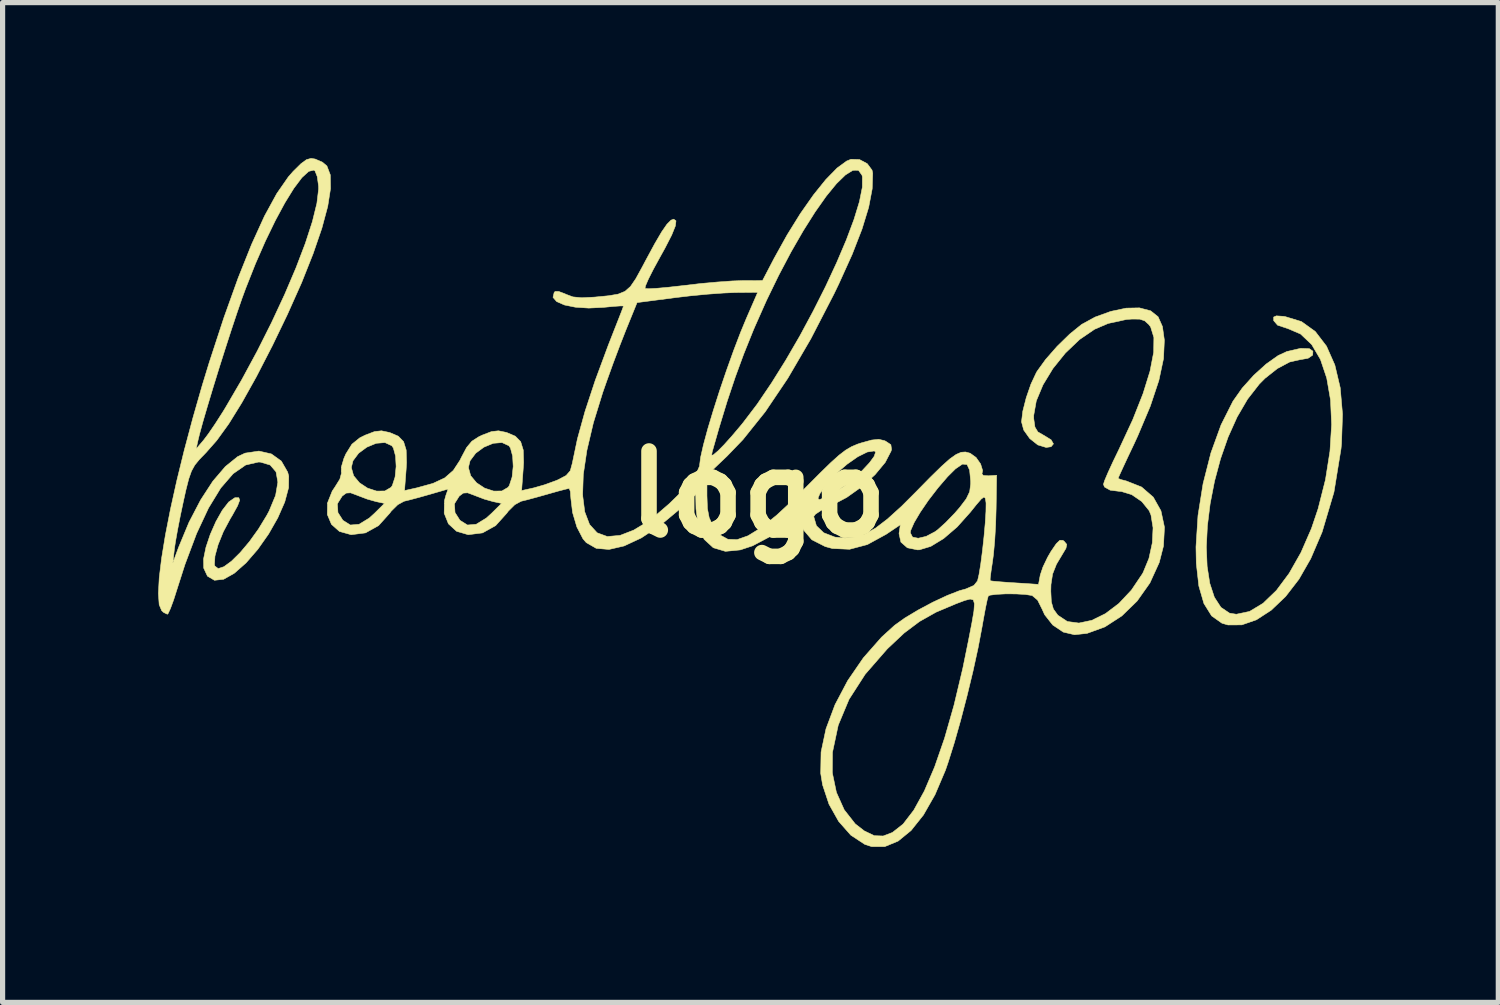
<source format=kicad_pcb>
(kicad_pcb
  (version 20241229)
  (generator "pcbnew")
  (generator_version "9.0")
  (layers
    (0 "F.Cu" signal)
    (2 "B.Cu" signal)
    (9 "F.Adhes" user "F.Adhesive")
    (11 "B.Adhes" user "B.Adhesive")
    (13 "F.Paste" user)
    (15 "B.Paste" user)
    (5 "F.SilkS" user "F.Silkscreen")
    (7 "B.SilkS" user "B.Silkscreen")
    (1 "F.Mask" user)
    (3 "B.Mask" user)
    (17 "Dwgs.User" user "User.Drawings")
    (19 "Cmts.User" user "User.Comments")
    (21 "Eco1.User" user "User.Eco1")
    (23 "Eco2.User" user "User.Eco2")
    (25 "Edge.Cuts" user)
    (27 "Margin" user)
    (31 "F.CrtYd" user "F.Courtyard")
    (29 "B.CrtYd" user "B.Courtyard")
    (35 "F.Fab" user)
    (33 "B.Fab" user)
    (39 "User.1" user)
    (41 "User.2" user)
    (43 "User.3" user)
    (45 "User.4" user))
  (footprint "logo"
    (layer "F.Cu")
    (at 11.572 6.483)
    (property "Reference" "logo" (at 0 0 0) (layer "F.SilkS") (effects (font (size 1.524 1.524) (thickness 0.3))))
    (attr through_hole)
    (fp_poly (pts (xy 10.127 -3.432) (xy 10.164 -3.427) (xy 10.479 -3.331) (xy 10.746 -3.139) (xy 10.962 -2.857) (xy 11.123 -2.493) (xy 11.227 -2.054) (xy 11.271 -1.546) (xy 11.252 -0.977) (xy 11.242 -0.875) (xy 11.106 -0.041) (xy 10.877 0.73) (xy 10.658 1.242) (xy 10.431 1.638) (xy 10.173 1.972) (xy 9.896 2.236) (xy 9.611 2.421) (xy 9.329 2.519) (xy 9.063 2.521) (xy 8.946 2.487) (xy 8.747 2.346) (xy 8.598 2.107) (xy 8.5 1.769) (xy 8.451 1.331) (xy 8.445 1.016) (xy 8.484 0.409) (xy 8.582 -0.205) (xy 8.733 -0.798) (xy 8.929 -1.339) (xy 9.158 -1.794) (xy 9.337 -2.048) (xy 9.559 -2.295) (xy 9.799 -2.512) (xy 10.029 -2.675) (xy 10.199 -2.754) (xy 10.462 -2.814) (xy 10.632 -2.808) (xy 10.7 -2.759) (xy 10.696 -2.684) (xy 10.607 -2.623) (xy 10.46 -2.597) (xy 10.454 -2.597) (xy 10.251 -2.551) (xy 10.015 -2.425) (xy 9.776 -2.236) (xy 9.667 -2.126) (xy 9.44 -1.835) (xy 9.238 -1.489) (xy 9.064 -1.102) (xy 8.919 -0.686) (xy 8.803 -0.254) (xy 8.718 0.183) (xy 8.665 0.611) (xy 8.645 1.018) (xy 8.66 1.39) (xy 8.711 1.717) (xy 8.799 1.985) (xy 8.926 2.181) (xy 9.092 2.293) (xy 9.223 2.314) (xy 9.478 2.26) (xy 9.738 2.103) (xy 9.996 1.855) (xy 10.242 1.525) (xy 10.47 1.123) (xy 10.672 0.66) (xy 10.8 0.281) (xy 10.943 -0.284) (xy 11.029 -0.829) (xy 11.061 -1.344) (xy 11.04 -1.818) (xy 10.967 -2.24) (xy 10.846 -2.6) (xy 10.677 -2.887) (xy 10.462 -3.091) (xy 10.204 -3.201) (xy 10.194 -3.203) (xy 10.019 -3.261) (xy 9.945 -3.347) (xy 9.943 -3.354) (xy 9.943 -3.418) (xy 9.996 -3.441) (xy 10.127 -3.432)) (stroke (width 0.01) (type solid)) (fill yes) (layer "F.SilkS"))
    (fp_poly (pts (xy -8.544 -6.466) (xy -8.402 -6.404) (xy -8.317 -6.332) (xy -8.251 -6.159) (xy -8.247 -5.897) (xy -8.301 -5.553) (xy -8.414 -5.132) (xy -8.583 -4.64) (xy -8.805 -4.081) (xy -9.081 -3.463) (xy -9.369 -2.866) (xy -9.678 -2.266) (xy -9.957 -1.767) (xy -10.209 -1.36) (xy -10.441 -1.039) (xy -10.647 -0.805) (xy -10.775 -0.673) (xy -10.865 -0.563) (xy -10.929 -0.447) (xy -10.982 -0.296) (xy -11.036 -0.084) (xy -11.083 0.127) (xy -11.144 0.414) (xy -11.198 0.691) (xy -11.239 0.923) (xy -11.257 1.044) (xy -11.289 1.326) (xy -11.179 1.027) (xy -10.977 0.541) (xy -10.753 0.111) (xy -10.517 -0.252) (xy -10.276 -0.534) (xy -10.04 -0.725) (xy -9.896 -0.793) (xy -9.628 -0.833) (xy -9.388 -0.778) (xy -9.196 -0.64) (xy -9.074 -0.428) (xy -9.053 -0.351) (xy -9.056 -0.127) (xy -9.13 0.149) (xy -9.264 0.454) (xy -9.441 0.765) (xy -9.65 1.062) (xy -9.875 1.322) (xy -10.104 1.524) (xy -10.308 1.639) (xy -10.485 1.659) (xy -10.621 1.579) (xy -10.693 1.424) (xy -10.696 1.248) (xy -10.65 1.023) (xy -10.567 0.775) (xy -10.458 0.528) (xy -10.336 0.311) (xy -10.211 0.149) (xy -10.097 0.069) (xy -10.087 0.067) (xy -10.016 0.067) (xy -9.999 0.115) (xy -10.04 0.223) (xy -10.142 0.407) (xy -10.18 0.47) (xy -10.315 0.723) (xy -10.416 0.973) (xy -10.476 1.192) (xy -10.486 1.353) (xy -10.478 1.384) (xy -10.414 1.433) (xy -10.303 1.397) (xy -10.158 1.291) (xy -9.99 1.125) (xy -9.812 0.914) (xy -9.636 0.669) (xy -9.474 0.403) (xy -9.43 0.32) (xy -9.306 0.02) (xy -9.263 -0.234) (xy -9.298 -0.432) (xy -9.411 -0.564) (xy -9.599 -0.62) (xy -9.639 -0.621) (xy -9.883 -0.565) (xy -10.125 -0.397) (xy -10.365 -0.12) (xy -10.6 0.265) (xy -10.83 0.756) (xy -11.054 1.352) (xy -11.204 1.82) (xy -11.273 2.037) (xy -11.335 2.205) (xy -11.38 2.301) (xy -11.394 2.314) (xy -11.466 2.279) (xy -11.503 2.246) (xy -11.552 2.129) (xy -11.567 1.914) (xy -11.551 1.612) (xy -11.505 1.233) (xy -11.432 0.787) (xy -11.333 0.283) (xy -11.211 -0.267) (xy -11.067 -0.854) (xy -11.061 -0.875) (xy -10.839 -0.875) (xy -10.695 -1.044) (xy -10.6 -1.17) (xy -10.471 -1.359) (xy -10.33 -1.579) (xy -10.277 -1.665) (xy -9.96 -2.208) (xy -9.66 -2.763) (xy -9.382 -3.317) (xy -9.131 -3.856) (xy -8.913 -4.368) (xy -8.733 -4.84) (xy -8.597 -5.259) (xy -8.51 -5.612) (xy -8.477 -5.887) (xy -8.478 -5.945) (xy -8.503 -6.127) (xy -8.546 -6.235) (xy -8.568 -6.252) (xy -8.668 -6.228) (xy -8.799 -6.108) (xy -8.954 -5.902) (xy -9.127 -5.622) (xy -9.312 -5.279) (xy -9.504 -4.883) (xy -9.696 -4.445) (xy -9.882 -3.975) (xy -9.953 -3.782) (xy -10.047 -3.511) (xy -10.157 -3.181) (xy -10.276 -2.813) (xy -10.398 -2.429) (xy -10.515 -2.05) (xy -10.621 -1.698) (xy -10.71 -1.394) (xy -10.774 -1.159) (xy -10.802 -1.044) (xy -10.839 -0.875) (xy -11.061 -0.875) (xy -10.903 -1.468) (xy -10.722 -2.099) (xy -10.587 -2.54) (xy -10.303 -3.408) (xy -10.03 -4.168) (xy -9.769 -4.821) (xy -9.521 -5.365) (xy -9.284 -5.799) (xy -9.06 -6.122) (xy -8.968 -6.227) (xy -8.817 -6.376) (xy -8.711 -6.454) (xy -8.623 -6.478) (xy -8.544 -6.466)) (stroke (width 0.01) (type solid)) (fill yes) (layer "F.SilkS"))
    (fp_poly (pts (xy 1.955 -6.456) (xy 2.104 -6.377) (xy 2.197 -6.252) (xy 2.21 -6.193) (xy 2.2 -5.891) (xy 2.132 -5.534) (xy 2.004 -5.116) (xy 1.814 -4.627) (xy 1.557 -4.059) (xy 1.464 -3.866) (xy 1.015 -2.996) (xy 0.573 -2.238) (xy 0.137 -1.591) (xy -0.293 -1.054) (xy -0.602 -0.733) (xy -0.987 -0.367) (xy -0.987 0.028) (xy -0.978 0.275) (xy -0.944 0.452) (xy -0.876 0.602) (xy -0.86 0.629) (xy -0.732 0.786) (xy -0.583 0.868) (xy -0.406 0.875) (xy -0.196 0.801) (xy 0.056 0.646) (xy 0.356 0.405) (xy 0.709 0.078) (xy 1.154 0.078) (xy 1.177 0.104) (xy 1.269 0.072) (xy 1.442 -0.019) (xy 1.496 -0.05) (xy 1.67 -0.165) (xy 1.848 -0.308) (xy 2.012 -0.462) (xy 2.148 -0.608) (xy 2.238 -0.731) (xy 2.266 -0.813) (xy 2.242 -0.836) (xy 2.105 -0.815) (xy 1.922 -0.724) (xy 1.716 -0.58) (xy 1.511 -0.403) (xy 1.33 -0.209) (xy 1.196 -0.019) (xy 1.188 -0.005) (xy 1.154 0.078) (xy 0.709 0.078) (xy 0.71 0.077) (xy 0.931 -0.144) (xy 1.198 -0.412) (xy 1.402 -0.611) (xy 1.56 -0.753) (xy 1.688 -0.851) (xy 1.802 -0.918) (xy 1.917 -0.967) (xy 1.988 -0.99) (xy 2.19 -1.046) (xy 2.327 -1.06) (xy 2.437 -1.034) (xy 2.457 -1.025) (xy 2.56 -0.957) (xy 2.573 -0.866) (xy 2.564 -0.832) (xy 2.451 -0.614) (xy 2.255 -0.378) (xy 2 -0.146) (xy 1.71 0.06) (xy 1.408 0.22) (xy 1.382 0.231) (xy 1.216 0.311) (xy 1.104 0.385) (xy 1.072 0.429) (xy 1.124 0.607) (xy 1.266 0.743) (xy 1.481 0.826) (xy 1.676 0.845) (xy 1.871 0.826) (xy 2.063 0.765) (xy 2.266 0.652) (xy 2.495 0.477) (xy 2.766 0.232) (xy 3.048 -0.05) (xy 3.324 -0.331) (xy 3.536 -0.538) (xy 3.696 -0.681) (xy 3.819 -0.768) (xy 3.916 -0.81) (xy 4 -0.816) (xy 4.084 -0.793) (xy 4.09 -0.791) (xy 4.203 -0.71) (xy 4.291 -0.585) (xy 4.33 -0.458) (xy 4.317 -0.394) (xy 4.343 -0.363) (xy 4.444 -0.356) (xy 4.6 -0.367) (xy 4.59 0.282) (xy 4.581 0.587) (xy 4.563 0.894) (xy 4.539 1.159) (xy 4.521 1.295) (xy 4.493 1.482) (xy 4.476 1.616) (xy 4.475 1.668) (xy 4.533 1.676) (xy 4.676 1.689) (xy 4.878 1.704) (xy 4.948 1.708) (xy 5.408 1.738) (xy 5.442 1.556) (xy 5.493 1.404) (xy 5.584 1.214) (xy 5.647 1.105) (xy 5.75 0.954) (xy 5.82 0.887) (xy 5.878 0.889) (xy 5.902 0.906) (xy 5.953 0.967) (xy 5.937 1.043) (xy 5.889 1.123) (xy 5.754 1.349) (xy 5.679 1.539) (xy 5.648 1.741) (xy 5.645 1.869) (xy 5.655 2.075) (xy 5.695 2.214) (xy 5.779 2.33) (xy 5.783 2.334) (xy 5.964 2.454) (xy 6.187 2.484) (xy 6.437 2.431) (xy 6.699 2.302) (xy 6.958 2.106) (xy 7.2 1.848) (xy 7.409 1.538) (xy 7.426 1.508) (xy 7.538 1.236) (xy 7.603 0.936) (xy 7.617 0.646) (xy 7.577 0.4) (xy 7.542 0.316) (xy 7.4 0.14) (xy 7.206 0.007) (xy 7.002 -0.055) (xy 6.971 -0.056) (xy 6.79 -0.079) (xy 6.681 -0.14) (xy 6.66 -0.192) (xy 6.684 -0.267) (xy 6.749 -0.42) (xy 6.845 -0.629) (xy 6.963 -0.873) (xy 6.965 -0.878) (xy 7.226 -1.44) (xy 7.424 -1.941) (xy 7.559 -2.376) (xy 7.629 -2.739) (xy 7.633 -3.024) (xy 7.57 -3.228) (xy 7.535 -3.274) (xy 7.455 -3.346) (xy 7.358 -3.378) (xy 7.207 -3.379) (xy 7.102 -3.371) (xy 6.752 -3.295) (xy 6.49 -3.183) (xy 6.2 -2.985) (xy 5.927 -2.725) (xy 5.686 -2.426) (xy 5.494 -2.11) (xy 5.365 -1.801) (xy 5.315 -1.52) (xy 5.316 -1.457) (xy 5.339 -1.296) (xy 5.395 -1.203) (xy 5.511 -1.136) (xy 5.517 -1.133) (xy 5.651 -1.05) (xy 5.696 -0.972) (xy 5.65 -0.917) (xy 5.555 -0.903) (xy 5.394 -0.952) (xy 5.239 -1.075) (xy 5.123 -1.238) (xy 5.08 -1.397) (xy 5.105 -1.603) (xy 5.171 -1.862) (xy 5.262 -2.125) (xy 5.365 -2.345) (xy 5.38 -2.371) (xy 5.545 -2.6) (xy 5.767 -2.853) (xy 6.01 -3.09) (xy 6.236 -3.273) (xy 6.24 -3.276) (xy 6.5 -3.418) (xy 6.801 -3.527) (xy 7.099 -3.59) (xy 7.352 -3.595) (xy 7.354 -3.595) (xy 7.571 -3.538) (xy 7.714 -3.424) (xy 7.798 -3.235) (xy 7.835 -2.973) (xy 7.819 -2.618) (xy 7.729 -2.195) (xy 7.564 -1.7) (xy 7.323 -1.128) (xy 7.248 -0.965) (xy 7.132 -0.721) (xy 7.037 -0.517) (xy 6.971 -0.373) (xy 6.943 -0.308) (xy 6.943 -0.307) (xy 6.991 -0.285) (xy 7.1 -0.257) (xy 7.396 -0.14) (xy 7.621 0.055) (xy 7.769 0.318) (xy 7.837 0.636) (xy 7.818 0.998) (xy 7.736 1.317) (xy 7.556 1.711) (xy 7.31 2.059) (xy 7.015 2.346) (xy 6.688 2.558) (xy 6.344 2.683) (xy 6.102 2.709) (xy 5.885 2.658) (xy 5.682 2.521) (xy 5.526 2.323) (xy 5.478 2.217) (xy 5.39 2.041) (xy 5.287 1.954) (xy 5.281 1.952) (xy 5.151 1.932) (xy 4.971 1.922) (xy 4.775 1.921) (xy 4.598 1.93) (xy 4.474 1.946) (xy 4.439 1.962) (xy 4.419 2.033) (xy 4.386 2.189) (xy 4.346 2.405) (xy 4.317 2.569) (xy 4.243 2.96) (xy 4.145 3.409) (xy 4.03 3.885) (xy 3.907 4.357) (xy 3.783 4.795) (xy 3.666 5.167) (xy 3.614 5.319) (xy 3.412 5.794) (xy 3.189 6.185) (xy 2.95 6.485) (xy 2.699 6.69) (xy 2.444 6.795) (xy 2.189 6.795) (xy 2.058 6.753) (xy 1.788 6.575) (xy 1.553 6.309) (xy 1.367 5.978) (xy 1.243 5.604) (xy 1.207 5.384) (xy 1.207 5.373) (xy 1.431 5.373) (xy 1.51 5.75) (xy 1.66 6.085) (xy 1.873 6.357) (xy 2.048 6.493) (xy 2.242 6.585) (xy 2.412 6.591) (xy 2.59 6.523) (xy 2.796 6.361) (xy 3.002 6.093) (xy 3.206 5.723) (xy 3.404 5.259) (xy 3.596 4.705) (xy 3.778 4.068) (xy 3.948 3.355) (xy 4.06 2.805) (xy 4.123 2.48) (xy 4.162 2.253) (xy 4.172 2.11) (xy 4.15 2.037) (xy 4.089 2.021) (xy 3.986 2.048) (xy 3.834 2.105) (xy 3.811 2.114) (xy 3.432 2.274) (xy 3.114 2.453) (xy 2.817 2.676) (xy 2.504 2.97) (xy 2.484 2.99) (xy 2.065 3.471) (xy 1.753 3.956) (xy 1.545 4.454) (xy 1.434 4.977) (xy 1.434 4.978) (xy 1.431 5.373) (xy 1.207 5.373) (xy 1.214 4.972) (xy 1.309 4.524) (xy 1.483 4.059) (xy 1.727 3.596) (xy 2.029 3.156) (xy 2.381 2.756) (xy 2.632 2.528) (xy 2.829 2.387) (xy 3.086 2.233) (xy 3.369 2.082) (xy 3.647 1.952) (xy 3.885 1.859) (xy 4 1.828) (xy 4.162 1.758) (xy 4.232 1.67) (xy 4.26 1.55) (xy 4.293 1.349) (xy 4.326 1.095) (xy 4.356 0.821) (xy 4.38 0.556) (xy 4.394 0.331) (xy 4.396 0.176) (xy 4.394 0.151) (xy 4.381 0.076) (xy 4.356 0.053) (xy 4.303 0.092) (xy 4.208 0.202) (xy 4.091 0.348) (xy 3.838 0.631) (xy 3.578 0.854) (xy 3.33 1.005) (xy 3.111 1.071) (xy 3.074 1.072) (xy 2.878 1.032) (xy 2.754 0.923) (xy 2.718 0.761) (xy 2.72 0.743) (xy 2.935 0.743) (xy 2.978 0.826) (xy 3.088 0.848) (xy 3.241 0.812) (xy 3.412 0.722) (xy 3.464 0.684) (xy 3.619 0.544) (xy 3.792 0.365) (xy 3.887 0.256) (xy 4.015 0.087) (xy 4.08 -0.049) (xy 4.099 -0.196) (xy 4.099 -0.255) (xy 4.079 -0.466) (xy 4.029 -0.574) (xy 3.941 -0.582) (xy 3.807 -0.491) (xy 3.654 -0.339) (xy 3.466 -0.12) (xy 3.285 0.115) (xy 3.128 0.345) (xy 3.009 0.546) (xy 2.943 0.696) (xy 2.935 0.743) (xy 2.72 0.743) (xy 2.721 0.736) (xy 2.743 0.588) (xy 2.469 0.772) (xy 2.107 0.97) (xy 1.764 1.061) (xy 1.432 1.046) (xy 1.293 1.008) (xy 1.036 0.877) (xy 0.875 0.688) (xy 0.821 0.532) (xy 0.785 0.34) (xy 0.591 0.534) (xy 0.266 0.797) (xy -0.106 0.994) (xy -0.344 1.073) (xy -0.631 1.101) (xy -0.865 1.031) (xy -1.041 0.869) (xy -1.153 0.618) (xy -1.198 0.283) (xy -1.198 0.279) (xy -1.204 0.006) (xy -1.512 0.287) (xy -1.895 0.606) (xy -2.255 0.843) (xy -2.585 0.997) (xy -2.876 1.064) (xy -3.122 1.043) (xy -3.315 0.932) (xy -3.378 0.859) (xy -3.496 0.631) (xy -3.579 0.351) (xy -3.612 0.074) (xy -3.612 0.071) (xy -3.616 0.016) (xy -3.385 0.016) (xy -3.344 0.339) (xy -3.251 0.583) (xy -3.105 0.743) (xy -2.909 0.815) (xy -2.662 0.793) (xy -2.399 0.691) (xy -2.184 0.561) (xy -1.951 0.386) (xy -1.716 0.184) (xy -1.499 -0.028) (xy -1.317 -0.232) (xy -1.188 -0.41) (xy -1.13 -0.544) (xy -1.129 -0.561) (xy -1.109 -0.714) (xy -1.1 -0.753) (xy -0.897 -0.753) (xy -0.865 -0.759) (xy -0.77 -0.84) (xy -0.763 -0.847) (xy -0.656 -0.956) (xy -0.506 -1.123) (xy -0.341 -1.318) (xy -0.288 -1.383) (xy -0.018 -1.738) (xy 0.257 -2.144) (xy 0.533 -2.586) (xy 0.804 -3.053) (xy 1.061 -3.531) (xy 1.301 -4.007) (xy 1.516 -4.47) (xy 1.701 -4.905) (xy 1.849 -5.301) (xy 1.954 -5.644) (xy 2.01 -5.922) (xy 2.011 -6.121) (xy 2.003 -6.155) (xy 1.935 -6.249) (xy 1.827 -6.248) (xy 1.684 -6.159) (xy 1.511 -5.991) (xy 1.314 -5.75) (xy 1.099 -5.445) (xy 0.871 -5.084) (xy 0.635 -4.674) (xy 0.397 -4.223) (xy 0.162 -3.74) (xy -0.064 -3.231) (xy -0.094 -3.161) (xy -0.276 -2.709) (xy -0.44 -2.263) (xy -0.598 -1.791) (xy -0.759 -1.263) (xy -0.886 -0.818) (xy -0.897 -0.753) (xy -1.1 -0.753) (xy -1.055 -0.952) (xy -0.972 -1.258) (xy -0.866 -1.611) (xy -0.744 -1.994) (xy -0.611 -2.385) (xy -0.474 -2.768) (xy -0.339 -3.121) (xy -0.229 -3.387) (xy -0.008 -3.895) (xy -0.442 -3.891) (xy -0.673 -3.881) (xy -0.976 -3.859) (xy -1.309 -3.827) (xy -1.605 -3.792) (xy -2.335 -3.697) (xy -2.553 -3.161) (xy -2.665 -2.875) (xy -2.794 -2.533) (xy -2.92 -2.183) (xy -2.996 -1.967) (xy -3.178 -1.377) (xy -3.303 -0.846) (xy -3.372 -0.381) (xy -3.385 0.016) (xy -3.616 0.016) (xy -3.621 -0.054) (xy -3.644 -0.112) (xy -3.646 -0.113) (xy -3.713 -0.098) (xy -3.858 -0.06) (xy -4.049 -0.006) (xy -4.055 -0.004) (xy -4.269 0.056) (xy -4.457 0.107) (xy -4.572 0.135) (xy -4.693 0.201) (xy -4.818 0.325) (xy -4.847 0.365) (xy -5.063 0.605) (xy -5.315 0.745) (xy -5.593 0.78) (xy -5.594 0.779) (xy -5.816 0.714) (xy -5.973 0.57) (xy -6.055 0.366) (xy -6.051 0.183) (xy -5.857 0.183) (xy -5.846 0.353) (xy -5.751 0.502) (xy -5.606 0.593) (xy -5.438 0.579) (xy -5.241 0.458) (xy -5.141 0.367) (xy -4.948 0.176) (xy -5.113 0.141) (xy -5.283 0.093) (xy -5.464 0.024) (xy -5.468 0.022) (xy -5.602 -0.028) (xy -5.686 -0.023) (xy -5.764 0.035) (xy -5.857 0.183) (xy -6.051 0.183) (xy -6.05 0.123) (xy -6.022 0.02) (xy -5.979 -0.101) (xy -6.334 0.002) (xy -6.543 0.061) (xy -6.727 0.11) (xy -6.83 0.135) (xy -6.95 0.201) (xy -7.076 0.325) (xy -7.105 0.365) (xy -7.321 0.605) (xy -7.573 0.745) (xy -7.851 0.78) (xy -7.852 0.779) (xy -8.075 0.717) (xy -8.229 0.58) (xy -8.309 0.39) (xy -8.306 0.183) (xy -8.115 0.183) (xy -8.104 0.353) (xy -8.009 0.502) (xy -7.864 0.593) (xy -7.696 0.579) (xy -7.499 0.458) (xy -7.399 0.367) (xy -7.206 0.176) (xy -7.37 0.141) (xy -7.54 0.093) (xy -7.722 0.024) (xy -7.726 0.022) (xy -7.86 -0.028) (xy -7.944 -0.023) (xy -8.022 0.035) (xy -8.115 0.183) (xy -8.306 0.183) (xy -8.306 0.169) (xy -8.214 -0.062) (xy -8.163 -0.138) (xy -8.067 -0.292) (xy -8.035 -0.411) (xy -8.04 -0.434) (xy -8.037 -0.516) (xy -7.846 -0.516) (xy -7.802 -0.358) (xy -7.688 -0.221) (xy -7.532 -0.118) (xy -7.36 -0.062) (xy -7.2 -0.063) (xy -7.079 -0.134) (xy -7.055 -0.17) (xy -7.002 -0.333) (xy -6.982 -0.537) (xy -6.993 -0.737) (xy -7.035 -0.892) (xy -7.065 -0.936) (xy -7.197 -0.997) (xy -7.367 -0.983) (xy -7.546 -0.909) (xy -7.705 -0.792) (xy -7.814 -0.646) (xy -7.846 -0.516) (xy -8.037 -0.516) (xy -8.036 -0.534) (xy -7.99 -0.689) (xy -7.952 -0.777) (xy -7.835 -0.965) (xy -7.682 -1.089) (xy -7.575 -1.142) (xy -7.399 -1.209) (xy -7.264 -1.224) (xy -7.112 -1.192) (xy -7.104 -1.19) (xy -6.94 -1.12) (xy -6.838 -1.015) (xy -6.788 -0.853) (xy -6.781 -0.613) (xy -6.789 -0.477) (xy -6.82 -0.071) (xy -6.586 -0.123) (xy -6.271 -0.21) (xy -6.044 -0.316) (xy -5.879 -0.46) (xy -5.842 -0.516) (xy -5.588 -0.516) (xy -5.544 -0.358) (xy -5.43 -0.221) (xy -5.274 -0.118) (xy -5.102 -0.062) (xy -4.943 -0.063) (xy -4.822 -0.134) (xy -4.798 -0.17) (xy -4.745 -0.333) (xy -4.724 -0.537) (xy -4.735 -0.737) (xy -4.777 -0.892) (xy -4.807 -0.936) (xy -4.939 -0.997) (xy -5.109 -0.983) (xy -5.288 -0.909) (xy -5.447 -0.792) (xy -5.556 -0.646) (xy -5.588 -0.516) (xy -5.842 -0.516) (xy -5.75 -0.657) (xy -5.726 -0.707) (xy -5.623 -0.901) (xy -5.521 -1.023) (xy -5.386 -1.11) (xy -5.318 -1.142) (xy -5.143 -1.209) (xy -5.008 -1.224) (xy -4.856 -1.193) (xy -4.847 -1.19) (xy -4.683 -1.12) (xy -4.58 -1.015) (xy -4.53 -0.853) (xy -4.523 -0.613) (xy -4.532 -0.477) (xy -4.562 -0.071) (xy -4.328 -0.123) (xy -4.119 -0.183) (xy -3.899 -0.263) (xy -3.856 -0.281) (xy -3.703 -0.362) (xy -3.623 -0.454) (xy -3.584 -0.597) (xy -3.583 -0.602) (xy -3.485 -1.069) (xy -3.339 -1.597) (xy -3.142 -2.195) (xy -2.89 -2.875) (xy -2.772 -3.176) (xy -2.692 -3.379) (xy -2.631 -3.535) (xy -2.599 -3.622) (xy -2.596 -3.631) (xy -2.648 -3.633) (xy -2.782 -3.624) (xy -2.971 -3.606) (xy -2.977 -3.605) (xy -3.267 -3.591) (xy -3.525 -3.608) (xy -3.736 -3.651) (xy -3.886 -3.717) (xy -3.956 -3.798) (xy -3.934 -3.891) (xy -3.916 -3.911) (xy -3.847 -3.912) (xy -3.726 -3.867) (xy -3.707 -3.857) (xy -3.573 -3.807) (xy -3.405 -3.79) (xy -3.166 -3.802) (xy -3.141 -3.804) (xy -2.883 -3.829) (xy -2.7 -3.86) (xy -2.568 -3.914) (xy -2.462 -4.007) (xy -2.359 -4.158) (xy -2.236 -4.382) (xy -2.17 -4.507) (xy -1.996 -4.829) (xy -1.861 -5.06) (xy -1.758 -5.209) (xy -1.68 -5.287) (xy -1.628 -5.306) (xy -1.584 -5.274) (xy -1.596 -5.176) (xy -1.666 -5.002) (xy -1.796 -4.748) (xy -1.898 -4.564) (xy -2.021 -4.339) (xy -2.116 -4.151) (xy -2.172 -4.021) (xy -2.182 -3.97) (xy -2.117 -3.964) (xy -1.961 -3.972) (xy -1.738 -3.992) (xy -1.47 -4.022) (xy -1.421 -4.028) (xy -1.102 -4.065) (xy -0.783 -4.094) (xy -0.501 -4.114) (xy -0.304 -4.121) (xy 0.085 -4.122) (xy 0.31 -4.553) (xy 0.56 -5.003) (xy 0.815 -5.414) (xy 1.067 -5.773) (xy 1.306 -6.07) (xy 1.523 -6.292) (xy 1.709 -6.428) (xy 1.791 -6.461) (xy 1.955 -6.456)) (stroke (width 0.01) (type solid)) (fill yes) (layer "F.SilkS")))
  (gr_rect
    (start -3 -3)
    (end 25.848 16.283)
    (stroke (width 0.1) (type default))
    (fill no)
    (layer "Edge.Cuts")))
</source>
